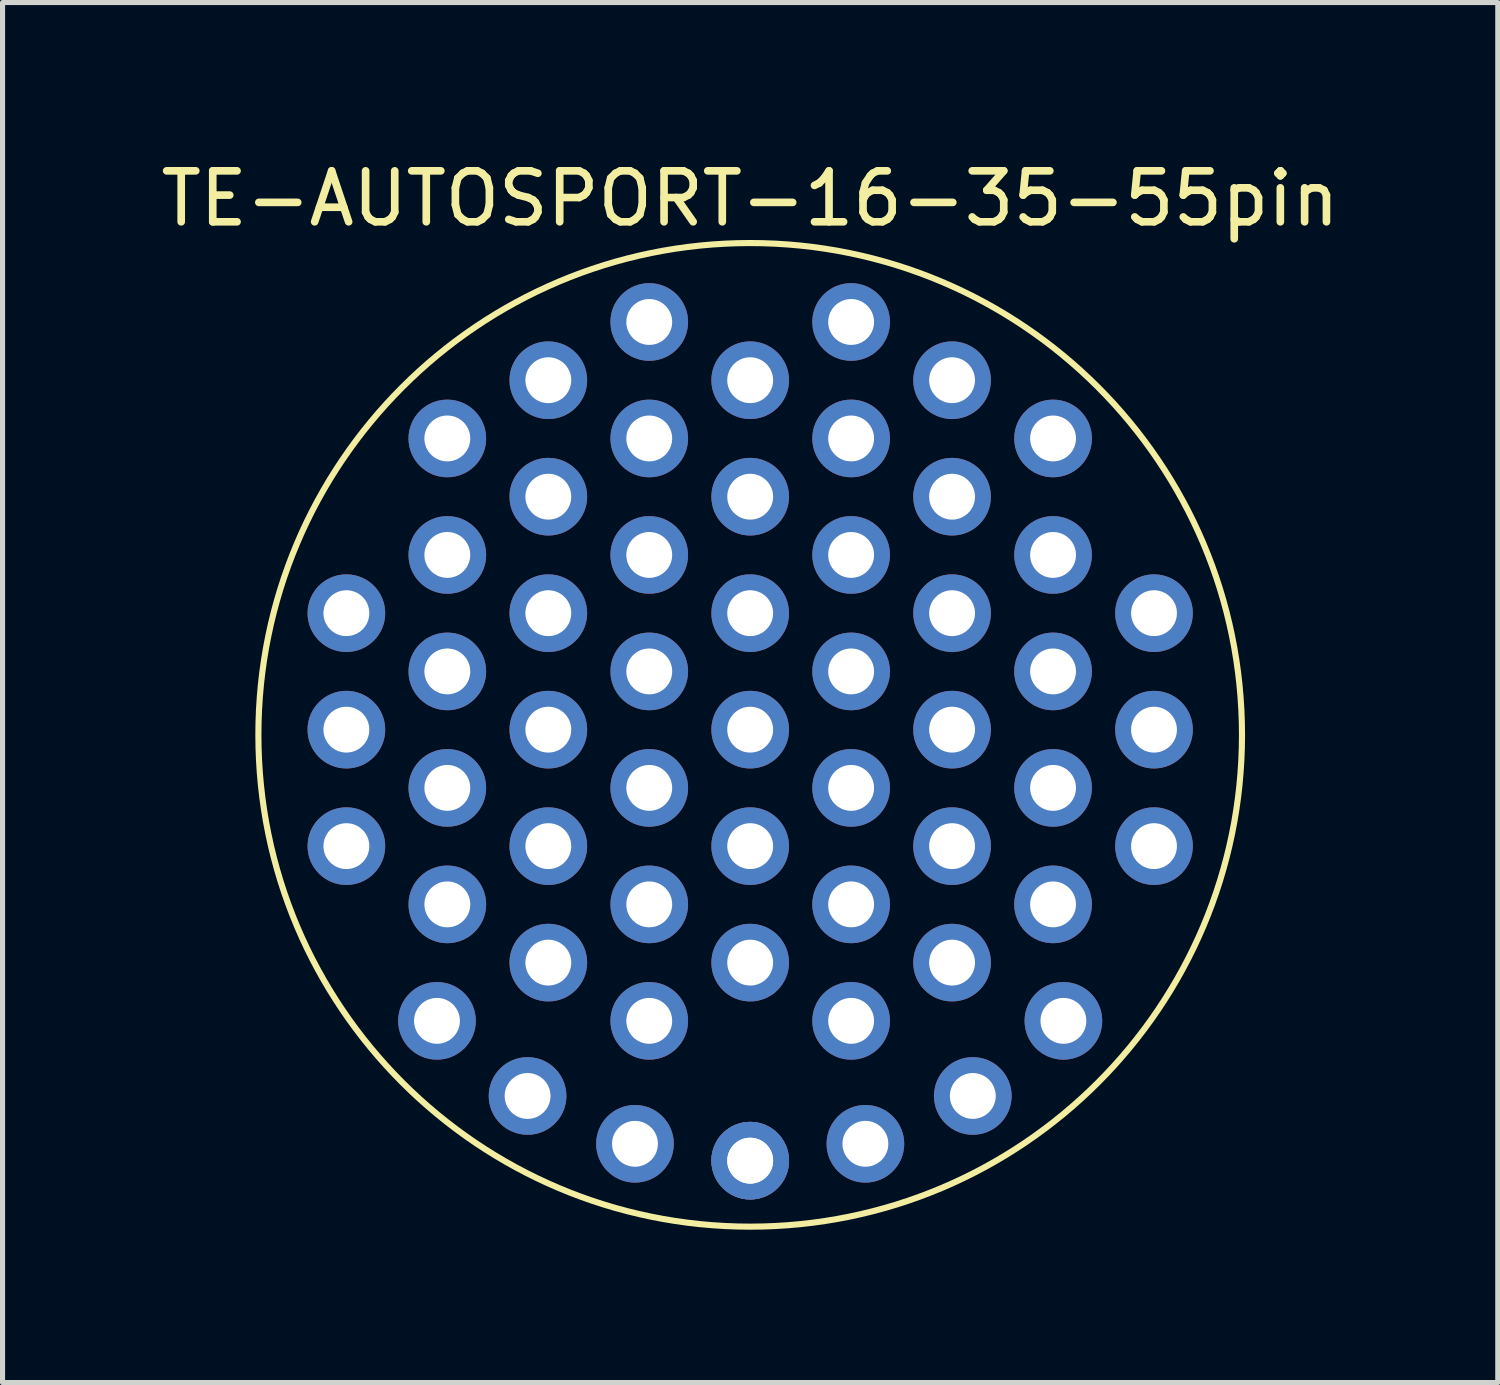
<source format=kicad_pcb>
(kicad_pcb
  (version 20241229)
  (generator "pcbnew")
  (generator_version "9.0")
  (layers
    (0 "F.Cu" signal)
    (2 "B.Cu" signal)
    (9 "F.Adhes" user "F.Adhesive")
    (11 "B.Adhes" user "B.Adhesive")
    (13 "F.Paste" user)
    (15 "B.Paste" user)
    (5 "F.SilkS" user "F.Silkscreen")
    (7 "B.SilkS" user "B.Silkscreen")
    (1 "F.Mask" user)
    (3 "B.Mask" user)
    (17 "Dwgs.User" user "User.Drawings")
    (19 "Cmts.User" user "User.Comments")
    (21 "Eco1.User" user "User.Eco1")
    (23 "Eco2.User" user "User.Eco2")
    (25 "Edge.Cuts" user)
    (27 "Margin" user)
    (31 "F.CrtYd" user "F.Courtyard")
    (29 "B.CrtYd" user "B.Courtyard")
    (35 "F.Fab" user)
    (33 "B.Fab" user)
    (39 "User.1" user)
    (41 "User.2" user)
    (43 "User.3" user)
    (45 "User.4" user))
  (footprint "TE-AUTOSPORT-16-35-55pin"
    (layer "F.Cu")
    (at 11.673 11.372)
    (property "Reference" "TE-AUTOSPORT-16-35-55pin" (at 0 -10.524 0) (layer "F.SilkS") (effects (font (size 1 1) (thickness 0.15))))
    (attr through_hole)
    (fp_circle (center 0 0) (end 0 9.652) (stroke (width 0.12) (type solid)) (fill no) (layer "F.SilkS"))
    (pad "1" thru_hole circle (at -7.925 2.184) (size 1.524 1.524) (drill 0.9) (layers "*.Cu" "*.Mask"))
    (pad "2" thru_hole circle (at -7.925 -0.102) (size 1.524 1.524) (drill 0.9) (layers "*.Cu" "*.Mask"))
    (pad "3" thru_hole circle (at -7.925 -2.388) (size 1.524 1.524) (drill 0.9) (layers "*.Cu" "*.Mask"))
    (pad "4" thru_hole circle (at -6.147 5.613) (size 1.524 1.524) (drill 0.9) (layers "*.Cu" "*.Mask"))
    (pad "5" thru_hole circle (at -5.944 3.327) (size 1.524 1.524) (drill 0.9) (layers "*.Cu" "*.Mask"))
    (pad "6" thru_hole circle (at -5.944 1.041) (size 1.524 1.524) (drill 0.9) (layers "*.Cu" "*.Mask"))
    (pad "7" thru_hole circle (at -5.944 -1.245) (size 1.524 1.524) (drill 0.9) (layers "*.Cu" "*.Mask"))
    (pad "8" thru_hole circle (at -5.944 -3.531) (size 1.524 1.524) (drill 0.9) (layers "*.Cu" "*.Mask"))
    (pad "9" thru_hole circle (at -5.944 -5.817) (size 1.524 1.524) (drill 0.9) (layers "*.Cu" "*.Mask"))
    (pad "10" thru_hole circle (at -4.369 7.087) (size 1.524 1.524) (drill 0.9) (layers "*.Cu" "*.Mask"))
    (pad "11" thru_hole circle (at -3.962 4.47) (size 1.524 1.524) (drill 0.9) (layers "*.Cu" "*.Mask"))
    (pad "12" thru_hole circle (at -3.962 2.184) (size 1.524 1.524) (drill 0.9) (layers "*.Cu" "*.Mask"))
    (pad "13" thru_hole circle (at -3.962 -0.102) (size 1.524 1.524) (drill 0.9) (layers "*.Cu" "*.Mask"))
    (pad "14" thru_hole circle (at -3.962 -2.388) (size 1.524 1.524) (drill 0.9) (layers "*.Cu" "*.Mask"))
    (pad "15" thru_hole circle (at -3.962 -4.674) (size 1.524 1.524) (drill 0.9) (layers "*.Cu" "*.Mask"))
    (pad "16" thru_hole circle (at -3.962 -6.96) (size 1.524 1.524) (drill 0.9) (layers "*.Cu" "*.Mask"))
    (pad "17" thru_hole circle (at -2.261 8.026) (size 1.524 1.524) (drill 0.9) (layers "*.Cu" "*.Mask"))
    (pad "18" thru_hole circle (at -1.981 5.613) (size 1.524 1.524) (drill 0.9) (layers "*.Cu" "*.Mask"))
    (pad "19" thru_hole circle (at -1.981 3.327) (size 1.524 1.524) (drill 0.9) (layers "*.Cu" "*.Mask"))
    (pad "20" thru_hole circle (at -1.981 1.041) (size 1.524 1.524) (drill 0.9) (layers "*.Cu" "*.Mask"))
    (pad "21" thru_hole circle (at -1.981 -1.245) (size 1.524 1.524) (drill 0.9) (layers "*.Cu" "*.Mask"))
    (pad "22" thru_hole circle (at -1.981 -3.531) (size 1.524 1.524) (drill 0.9) (layers "*.Cu" "*.Mask"))
    (pad "23" thru_hole circle (at -1.981 -5.817) (size 1.524 1.524) (drill 0.9) (layers "*.Cu" "*.Mask"))
    (pad "24" thru_hole circle (at -1.981 -8.103) (size 1.524 1.524) (drill 0.9) (layers "*.Cu" "*.Mask"))
    (pad "25" thru_hole circle (at 0 8.357) (size 1.524 1.524) (drill 0.9) (layers "*.Cu" "*.Mask"))
    (pad "25" thru_hole circle (at 0 8.357) (size 1.524 1.524) (drill 0.9) (layers "*.Cu" "*.Mask"))
    (pad "26" thru_hole circle (at 0 4.47) (size 1.524 1.524) (drill 0.9) (layers "*.Cu" "*.Mask"))
    (pad "27" thru_hole circle (at 0 2.184) (size 1.524 1.524) (drill 0.9) (layers "*.Cu" "*.Mask"))
    (pad "28" thru_hole circle (at 0 -0.102) (size 1.524 1.524) (drill 0.9) (layers "*.Cu" "*.Mask"))
    (pad "29" thru_hole circle (at 0 -2.388) (size 1.524 1.524) (drill 0.9) (layers "*.Cu" "*.Mask"))
    (pad "30" thru_hole circle (at 0 -4.674) (size 1.524 1.524) (drill 0.9) (layers "*.Cu" "*.Mask"))
    (pad "31" thru_hole circle (at 0 -6.96) (size 1.524 1.524) (drill 0.9) (layers "*.Cu" "*.Mask"))
    (pad "32" thru_hole circle (at 2.261 8.026) (size 1.524 1.524) (drill 0.9) (layers "*.Cu" "*.Mask"))
    (pad "33" thru_hole circle (at 1.981 5.613) (size 1.524 1.524) (drill 0.9) (layers "*.Cu" "*.Mask"))
    (pad "34" thru_hole circle (at 1.981 3.327) (size 1.524 1.524) (drill 0.9) (layers "*.Cu" "*.Mask"))
    (pad "35" thru_hole circle (at 1.981 1.041) (size 1.524 1.524) (drill 0.9) (layers "*.Cu" "*.Mask"))
    (pad "36" thru_hole circle (at 1.981 -1.245) (size 1.524 1.524) (drill 0.9) (layers "*.Cu" "*.Mask"))
    (pad "37" thru_hole circle (at 1.981 -3.531) (size 1.524 1.524) (drill 0.9) (layers "*.Cu" "*.Mask"))
    (pad "38" thru_hole circle (at 1.981 -5.817) (size 1.524 1.524) (drill 0.9) (layers "*.Cu" "*.Mask"))
    (pad "39" thru_hole circle (at 1.981 -8.103) (size 1.524 1.524) (drill 0.9) (layers "*.Cu" "*.Mask"))
    (pad "40" thru_hole circle (at 4.369 7.087) (size 1.524 1.524) (drill 0.9) (layers "*.Cu" "*.Mask"))
    (pad "41" thru_hole circle (at 3.962 4.47) (size 1.524 1.524) (drill 0.9) (layers "*.Cu" "*.Mask"))
    (pad "42" thru_hole circle (at 3.962 2.184) (size 1.524 1.524) (drill 0.9) (layers "*.Cu" "*.Mask"))
    (pad "43" thru_hole circle (at 3.962 -0.102) (size 1.524 1.524) (drill 0.9) (layers "*.Cu" "*.Mask"))
    (pad "44" thru_hole circle (at 3.962 -2.388) (size 1.524 1.524) (drill 0.9) (layers "*.Cu" "*.Mask"))
    (pad "45" thru_hole circle (at 3.962 -4.674) (size 1.524 1.524) (drill 0.9) (layers "*.Cu" "*.Mask"))
    (pad "46" thru_hole circle (at 3.962 -6.96) (size 1.524 1.524) (drill 0.9) (layers "*.Cu" "*.Mask"))
    (pad "47" thru_hole circle (at 6.147 5.613) (size 1.524 1.524) (drill 0.9) (layers "*.Cu" "*.Mask"))
    (pad "48" thru_hole circle (at 5.944 3.327) (size 1.524 1.524) (drill 0.9) (layers "*.Cu" "*.Mask"))
    (pad "49" thru_hole circle (at 5.944 1.041) (size 1.524 1.524) (drill 0.9) (layers "*.Cu" "*.Mask"))
    (pad "50" thru_hole circle (at 5.944 -1.245) (size 1.524 1.524) (drill 0.9) (layers "*.Cu" "*.Mask"))
    (pad "51" thru_hole circle (at 5.944 -3.531) (size 1.524 1.524) (drill 0.9) (layers "*.Cu" "*.Mask"))
    (pad "52" thru_hole circle (at 5.944 -5.817) (size 1.524 1.524) (drill 0.9) (layers "*.Cu" "*.Mask"))
    (pad "53" thru_hole circle (at 7.925 2.184) (size 1.524 1.524) (drill 0.9) (layers "*.Cu" "*.Mask"))
    (pad "54" thru_hole circle (at 7.925 -0.102) (size 1.524 1.524) (drill 0.9) (layers "*.Cu" "*.Mask"))
    (pad "55" thru_hole circle (at 7.925 -2.388) (size 1.524 1.524) (drill 0.9) (layers "*.Cu" "*.Mask")))
  (gr_rect
    (start -3 -3)
    (end 26.345 24.084)
    (stroke (width 0.1) (type default))
    (fill no)
    (layer "Edge.Cuts")))
</source>
